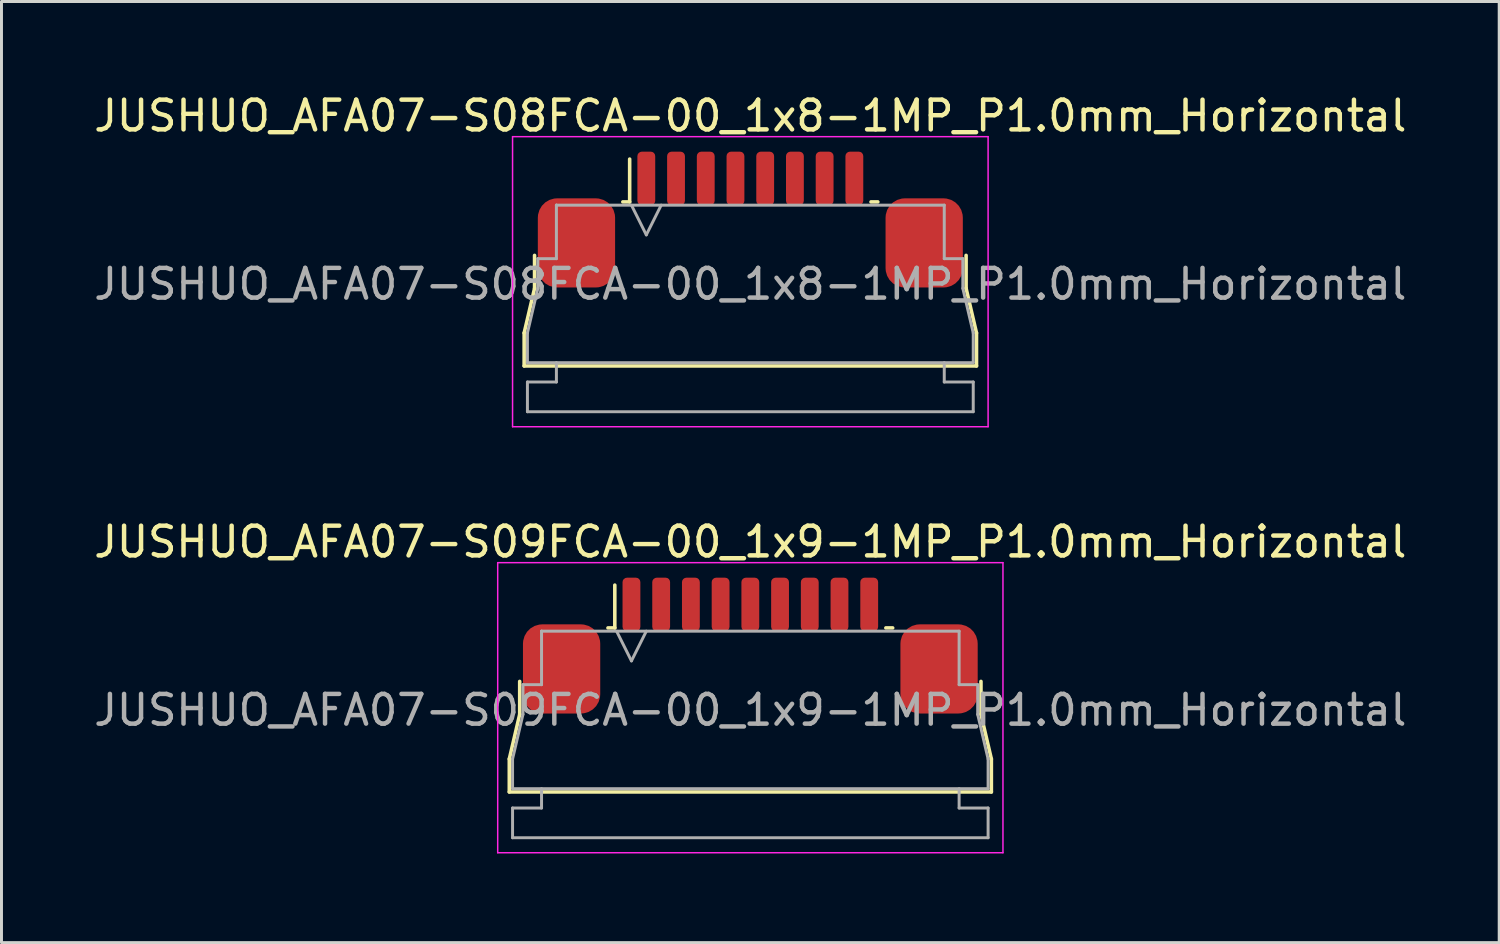
<source format=kicad_pcb>
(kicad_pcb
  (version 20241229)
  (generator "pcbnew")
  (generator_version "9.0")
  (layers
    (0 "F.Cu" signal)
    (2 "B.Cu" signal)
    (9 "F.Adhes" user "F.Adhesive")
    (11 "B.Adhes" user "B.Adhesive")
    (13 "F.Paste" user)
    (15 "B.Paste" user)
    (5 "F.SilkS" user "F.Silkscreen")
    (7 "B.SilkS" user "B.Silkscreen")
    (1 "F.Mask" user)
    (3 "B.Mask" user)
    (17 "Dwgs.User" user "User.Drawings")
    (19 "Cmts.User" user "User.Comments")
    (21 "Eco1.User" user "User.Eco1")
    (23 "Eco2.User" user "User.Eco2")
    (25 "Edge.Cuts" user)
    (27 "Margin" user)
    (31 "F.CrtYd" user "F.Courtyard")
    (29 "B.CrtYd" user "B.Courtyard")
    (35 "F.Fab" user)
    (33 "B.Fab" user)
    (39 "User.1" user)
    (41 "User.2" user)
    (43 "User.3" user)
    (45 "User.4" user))
  (footprint "JUSHUO_AFA07-S08FCA-00_1x8-1MP_P1.0mm_Horizontal"
    (layer "F.Cu")
    (at 22.196 6.328)
    (property "Reference" "JUSHUO_AFA07-S08FCA-00_1x8-1MP_P1.0mm_Horizontal" (at 0 -5.48 0) (layer "F.SilkS") (effects (font (size 1 1) (thickness 0.15))))
    (attr smd)
    (fp_line (start -7.61 1.825) (end -7.26 0.325) (stroke (width 0.12) (type solid)) (layer "F.SilkS"))
    (fp_line (start -7.61 2.935) (end -7.61 1.825) (stroke (width 0.12) (type solid)) (layer "F.SilkS"))
    (fp_line (start -7.26 0.325) (end -7.26 -0.785) (stroke (width 0.12) (type solid)) (layer "F.SilkS"))
    (fp_line (start -4.29 -2.585) (end -4.06 -2.585) (stroke (width 0.12) (type solid)) (layer "F.SilkS"))
    (fp_line (start -4.06 -2.585) (end -4.06 -4.025) (stroke (width 0.12) (type solid)) (layer "F.SilkS"))
    (fp_line (start 4.06 -2.585) (end 4.29 -2.585) (stroke (width 0.12) (type solid)) (layer "F.SilkS"))
    (fp_line (start 7.26 -0.785) (end 7.26 0.325) (stroke (width 0.12) (type solid)) (layer "F.SilkS"))
    (fp_line (start 7.26 0.325) (end 7.61 1.825) (stroke (width 0.12) (type solid)) (layer "F.SilkS"))
    (fp_line (start 7.61 1.825) (end 7.61 2.935) (stroke (width 0.12) (type solid)) (layer "F.SilkS"))
    (fp_line (start 7.61 2.935) (end -7.61 2.935) (stroke (width 0.12) (type solid)) (layer "F.SilkS"))
    (fp_line (start -8 -4.78) (end -8 4.98) (stroke (width 0.05) (type solid)) (layer "F.CrtYd"))
    (fp_line (start -8 4.98) (end 8 4.98) (stroke (width 0.05) (type solid)) (layer "F.CrtYd"))
    (fp_line (start 8 -4.78) (end -8 -4.78) (stroke (width 0.05) (type solid)) (layer "F.CrtYd"))
    (fp_line (start 8 4.98) (end 8 -4.78) (stroke (width 0.05) (type solid)) (layer "F.CrtYd"))
    (fp_line (start -7.5 1.825) (end -7.5 1.825) (stroke (width 0.1) (type solid)) (layer "F.Fab"))
    (fp_line (start -7.5 1.825) (end -7.15 0.325) (stroke (width 0.1) (type solid)) (layer "F.Fab"))
    (fp_line (start -7.5 2.825) (end -7.5 1.825) (stroke (width 0.1) (type solid)) (layer "F.Fab"))
    (fp_line (start -7.5 3.475) (end -6.525 3.475) (stroke (width 0.1) (type solid)) (layer "F.Fab"))
    (fp_line (start -7.5 4.475) (end -7.5 3.475) (stroke (width 0.1) (type solid)) (layer "F.Fab"))
    (fp_line (start -7.15 -0.675) (end -6.525 -0.675) (stroke (width 0.1) (type solid)) (layer "F.Fab"))
    (fp_line (start -7.15 0.325) (end -7.15 -0.675) (stroke (width 0.1) (type solid)) (layer "F.Fab"))
    (fp_line (start -6.525 -2.475) (end -6.525 -2.475) (stroke (width 0.1) (type solid)) (layer "F.Fab"))
    (fp_line (start -6.525 -2.475) (end 6.525 -2.475) (stroke (width 0.1) (type solid)) (layer "F.Fab"))
    (fp_line (start -6.525 -0.675) (end -6.525 -2.475) (stroke (width 0.1) (type solid)) (layer "F.Fab"))
    (fp_line (start -6.525 3.475) (end -6.525 2.825) (stroke (width 0.1) (type solid)) (layer "F.Fab"))
    (fp_line (start -4 -2.475) (end -3.5 -1.475) (stroke (width 0.1) (type solid)) (layer "F.Fab"))
    (fp_line (start -3.5 -1.475) (end -3 -2.475) (stroke (width 0.1) (type solid)) (layer "F.Fab"))
    (fp_line (start 6.525 -2.475) (end 6.525 -0.675) (stroke (width 0.1) (type solid)) (layer "F.Fab"))
    (fp_line (start 6.525 -0.675) (end 7.15 -0.675) (stroke (width 0.1) (type solid)) (layer "F.Fab"))
    (fp_line (start 6.525 2.825) (end 6.525 3.475) (stroke (width 0.1) (type solid)) (layer "F.Fab"))
    (fp_line (start 6.525 3.475) (end 7.5 3.475) (stroke (width 0.1) (type solid)) (layer "F.Fab"))
    (fp_line (start 7.15 -0.675) (end 7.15 0.325) (stroke (width 0.1) (type solid)) (layer "F.Fab"))
    (fp_line (start 7.15 0.325) (end 7.5 1.825) (stroke (width 0.1) (type solid)) (layer "F.Fab"))
    (fp_line (start 7.5 1.825) (end 7.5 2.825) (stroke (width 0.1) (type solid)) (layer "F.Fab"))
    (fp_line (start 7.5 2.825) (end -7.5 2.825) (stroke (width 0.1) (type solid)) (layer "F.Fab"))
    (fp_line (start 7.5 3.475) (end 7.5 4.475) (stroke (width 0.1) (type solid)) (layer "F.Fab"))
    (fp_line (start 7.5 4.475) (end -7.5 4.475) (stroke (width 0.1) (type solid)) (layer "F.Fab"))
    (fp_text user "${REFERENCE}" (at 0 0.18 0) (layer "F.Fab") (effects (font (size 1 1) (thickness 0.15))))
    (pad "1" smd roundrect (at -3.5 -3.375) (size 0.6 1.8) (layers "F.Cu" "F.Mask" "F.Paste") (roundrect_rratio 0.25))
    (pad "2" smd roundrect (at -2.5 -3.375) (size 0.6 1.8) (layers "F.Cu" "F.Mask" "F.Paste") (roundrect_rratio 0.25))
    (pad "3" smd roundrect (at -1.5 -3.375) (size 0.6 1.8) (layers "F.Cu" "F.Mask" "F.Paste") (roundrect_rratio 0.25))
    (pad "4" smd roundrect (at -0.5 -3.375) (size 0.6 1.8) (layers "F.Cu" "F.Mask" "F.Paste") (roundrect_rratio 0.25))
    (pad "5" smd roundrect (at 0.5 -3.375) (size 0.6 1.8) (layers "F.Cu" "F.Mask" "F.Paste") (roundrect_rratio 0.25))
    (pad "6" smd roundrect (at 1.5 -3.375) (size 0.6 1.8) (layers "F.Cu" "F.Mask" "F.Paste") (roundrect_rratio 0.25))
    (pad "7" smd roundrect (at 2.5 -3.375) (size 0.6 1.8) (layers "F.Cu" "F.Mask" "F.Paste") (roundrect_rratio 0.25))
    (pad "8" smd roundrect (at 3.5 -3.375) (size 0.6 1.8) (layers "F.Cu" "F.Mask" "F.Paste") (roundrect_rratio 0.25))
    (pad "MP" smd roundrect (at -5.85 -1.205) (size 2.6 3) (layers "F.Cu" "F.Mask" "F.Paste") (roundrect_rratio 0.25))
    (pad "MP" smd roundrect (at 5.85 -1.205) (size 2.6 3) (layers "F.Cu" "F.Mask" "F.Paste") (roundrect_rratio 0.25)))
  (footprint "JUSHUO_AFA07-S09FCA-00_1x9-1MP_P1.0mm_Horizontal"
    (layer "F.Cu")
    (at 22.196 20.662)
    (property "Reference" "JUSHUO_AFA07-S09FCA-00_1x9-1MP_P1.0mm_Horizontal" (at 0 -5.48 0) (layer "F.SilkS") (effects (font (size 1 1) (thickness 0.15))))
    (attr smd)
    (fp_line (start -8.11 1.825) (end -7.76 0.325) (stroke (width 0.12) (type solid)) (layer "F.SilkS"))
    (fp_line (start -8.11 2.935) (end -8.11 1.825) (stroke (width 0.12) (type solid)) (layer "F.SilkS"))
    (fp_line (start -7.76 0.325) (end -7.76 -0.785) (stroke (width 0.12) (type solid)) (layer "F.SilkS"))
    (fp_line (start -4.79 -2.585) (end -4.56 -2.585) (stroke (width 0.12) (type solid)) (layer "F.SilkS"))
    (fp_line (start -4.56 -2.585) (end -4.56 -4.025) (stroke (width 0.12) (type solid)) (layer "F.SilkS"))
    (fp_line (start 4.56 -2.585) (end 4.79 -2.585) (stroke (width 0.12) (type solid)) (layer "F.SilkS"))
    (fp_line (start 7.76 -0.785) (end 7.76 0.325) (stroke (width 0.12) (type solid)) (layer "F.SilkS"))
    (fp_line (start 7.76 0.325) (end 8.11 1.825) (stroke (width 0.12) (type solid)) (layer "F.SilkS"))
    (fp_line (start 8.11 1.825) (end 8.11 2.935) (stroke (width 0.12) (type solid)) (layer "F.SilkS"))
    (fp_line (start 8.11 2.935) (end -8.11 2.935) (stroke (width 0.12) (type solid)) (layer "F.SilkS"))
    (fp_line (start -8.5 -4.78) (end -8.5 4.98) (stroke (width 0.05) (type solid)) (layer "F.CrtYd"))
    (fp_line (start -8.5 4.98) (end 8.5 4.98) (stroke (width 0.05) (type solid)) (layer "F.CrtYd"))
    (fp_line (start 8.5 -4.78) (end -8.5 -4.78) (stroke (width 0.05) (type solid)) (layer "F.CrtYd"))
    (fp_line (start 8.5 4.98) (end 8.5 -4.78) (stroke (width 0.05) (type solid)) (layer "F.CrtYd"))
    (fp_line (start -8 1.825) (end -8 1.825) (stroke (width 0.1) (type solid)) (layer "F.Fab"))
    (fp_line (start -8 1.825) (end -7.65 0.325) (stroke (width 0.1) (type solid)) (layer "F.Fab"))
    (fp_line (start -8 2.825) (end -8 1.825) (stroke (width 0.1) (type solid)) (layer "F.Fab"))
    (fp_line (start -8 3.475) (end -7.025 3.475) (stroke (width 0.1) (type solid)) (layer "F.Fab"))
    (fp_line (start -8 4.475) (end -8 3.475) (stroke (width 0.1) (type solid)) (layer "F.Fab"))
    (fp_line (start -7.65 -0.675) (end -7.025 -0.675) (stroke (width 0.1) (type solid)) (layer "F.Fab"))
    (fp_line (start -7.65 0.325) (end -7.65 -0.675) (stroke (width 0.1) (type solid)) (layer "F.Fab"))
    (fp_line (start -7.025 -2.475) (end -7.025 -2.475) (stroke (width 0.1) (type solid)) (layer "F.Fab"))
    (fp_line (start -7.025 -2.475) (end 7.025 -2.475) (stroke (width 0.1) (type solid)) (layer "F.Fab"))
    (fp_line (start -7.025 -0.675) (end -7.025 -2.475) (stroke (width 0.1) (type solid)) (layer "F.Fab"))
    (fp_line (start -7.025 3.475) (end -7.025 2.825) (stroke (width 0.1) (type solid)) (layer "F.Fab"))
    (fp_line (start -4.5 -2.475) (end -4 -1.475) (stroke (width 0.1) (type solid)) (layer "F.Fab"))
    (fp_line (start -4 -1.475) (end -3.5 -2.475) (stroke (width 0.1) (type solid)) (layer "F.Fab"))
    (fp_line (start 7.025 -2.475) (end 7.025 -0.675) (stroke (width 0.1) (type solid)) (layer "F.Fab"))
    (fp_line (start 7.025 -0.675) (end 7.65 -0.675) (stroke (width 0.1) (type solid)) (layer "F.Fab"))
    (fp_line (start 7.025 2.825) (end 7.025 3.475) (stroke (width 0.1) (type solid)) (layer "F.Fab"))
    (fp_line (start 7.025 3.475) (end 8 3.475) (stroke (width 0.1) (type solid)) (layer "F.Fab"))
    (fp_line (start 7.65 -0.675) (end 7.65 0.325) (stroke (width 0.1) (type solid)) (layer "F.Fab"))
    (fp_line (start 7.65 0.325) (end 8 1.825) (stroke (width 0.1) (type solid)) (layer "F.Fab"))
    (fp_line (start 8 1.825) (end 8 2.825) (stroke (width 0.1) (type solid)) (layer "F.Fab"))
    (fp_line (start 8 2.825) (end -8 2.825) (stroke (width 0.1) (type solid)) (layer "F.Fab"))
    (fp_line (start 8 3.475) (end 8 4.475) (stroke (width 0.1) (type solid)) (layer "F.Fab"))
    (fp_line (start 8 4.475) (end -8 4.475) (stroke (width 0.1) (type solid)) (layer "F.Fab"))
    (fp_text user "${REFERENCE}" (at 0 0.18 0) (layer "F.Fab") (effects (font (size 1 1) (thickness 0.15))))
    (pad "1" smd roundrect (at -4 -3.375) (size 0.6 1.8) (layers "F.Cu" "F.Mask" "F.Paste") (roundrect_rratio 0.25))
    (pad "2" smd roundrect (at -3 -3.375) (size 0.6 1.8) (layers "F.Cu" "F.Mask" "F.Paste") (roundrect_rratio 0.25))
    (pad "3" smd roundrect (at -2 -3.375) (size 0.6 1.8) (layers "F.Cu" "F.Mask" "F.Paste") (roundrect_rratio 0.25))
    (pad "4" smd roundrect (at -1 -3.375) (size 0.6 1.8) (layers "F.Cu" "F.Mask" "F.Paste") (roundrect_rratio 0.25))
    (pad "5" smd roundrect (at 0 -3.375) (size 0.6 1.8) (layers "F.Cu" "F.Mask" "F.Paste") (roundrect_rratio 0.25))
    (pad "6" smd roundrect (at 1 -3.375) (size 0.6 1.8) (layers "F.Cu" "F.Mask" "F.Paste") (roundrect_rratio 0.25))
    (pad "7" smd roundrect (at 2 -3.375) (size 0.6 1.8) (layers "F.Cu" "F.Mask" "F.Paste") (roundrect_rratio 0.25))
    (pad "8" smd roundrect (at 3 -3.375) (size 0.6 1.8) (layers "F.Cu" "F.Mask" "F.Paste") (roundrect_rratio 0.25))
    (pad "9" smd roundrect (at 4 -3.375) (size 0.6 1.8) (layers "F.Cu" "F.Mask" "F.Paste") (roundrect_rratio 0.25))
    (pad "MP" smd roundrect (at -6.35 -1.205) (size 2.6 3) (layers "F.Cu" "F.Mask" "F.Paste") (roundrect_rratio 0.25))
    (pad "MP" smd roundrect (at 6.35 -1.205) (size 2.6 3) (layers "F.Cu" "F.Mask" "F.Paste") (roundrect_rratio 0.25)))
  (gr_rect
    (start -3 -3)
    (end 47.393 28.666)
    (stroke (width 0.1) (type default))
    (fill no)
    (layer "Edge.Cuts")))
</source>
